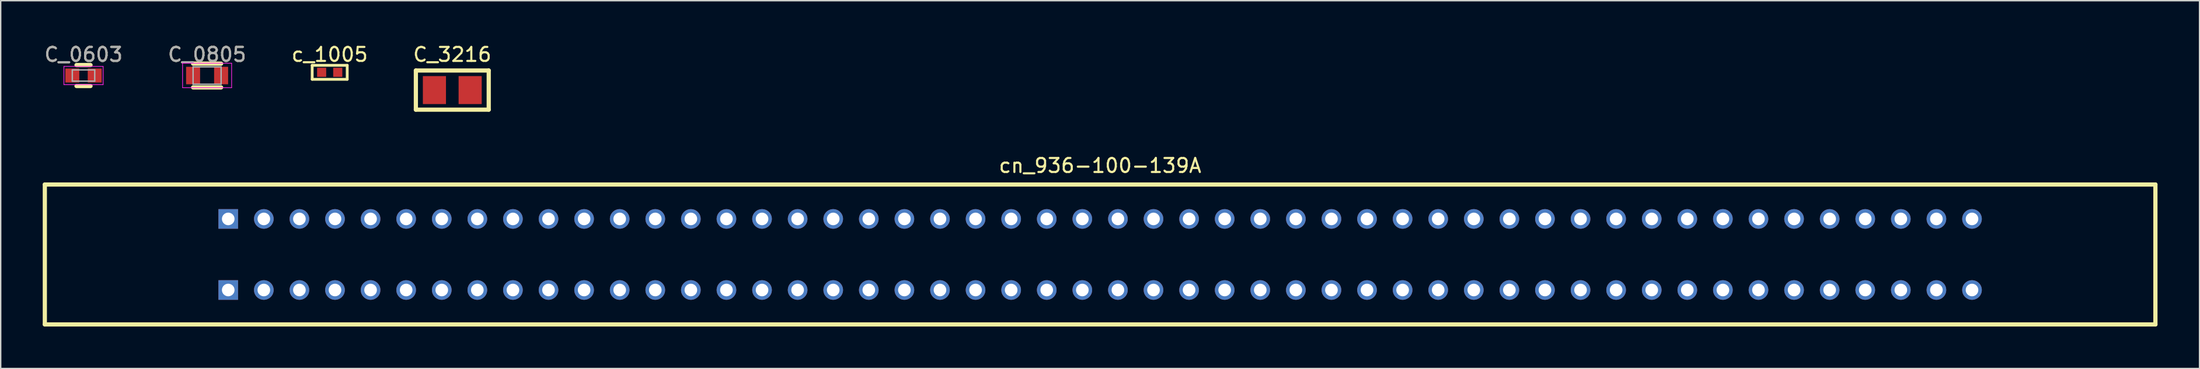
<source format=kicad_pcb>
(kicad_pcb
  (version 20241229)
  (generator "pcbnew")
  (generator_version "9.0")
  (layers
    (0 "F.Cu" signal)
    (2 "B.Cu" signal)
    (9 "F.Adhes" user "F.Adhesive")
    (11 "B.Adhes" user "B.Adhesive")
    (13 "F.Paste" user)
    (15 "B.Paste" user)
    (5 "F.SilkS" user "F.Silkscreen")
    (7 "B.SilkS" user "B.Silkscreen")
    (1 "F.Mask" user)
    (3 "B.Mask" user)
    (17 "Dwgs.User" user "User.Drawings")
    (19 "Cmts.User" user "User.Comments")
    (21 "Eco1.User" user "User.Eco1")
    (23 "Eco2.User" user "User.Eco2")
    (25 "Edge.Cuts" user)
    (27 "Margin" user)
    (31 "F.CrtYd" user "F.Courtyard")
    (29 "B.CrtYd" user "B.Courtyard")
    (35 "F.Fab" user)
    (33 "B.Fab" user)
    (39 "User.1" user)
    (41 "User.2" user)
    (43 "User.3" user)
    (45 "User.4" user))
  (footprint "C_3216"
    (layer "F.Cu")
    (at 29.232 3.388)
    (property "Reference" "C_3216" (at 0 -2.54 0) (layer "F.SilkS") (effects (font (size 1 1) (thickness 0.15))))
    (attr through_hole)
    (fp_line (start -2.6 -1.4) (end -2.6 1.4) (stroke (width 0.3) (type solid)) (layer "F.SilkS"))
    (fp_line (start -2.6 1.4) (end 2.6 1.4) (stroke (width 0.3) (type solid)) (layer "F.SilkS"))
    (fp_line (start 2.6 -1.4) (end -2.6 -1.4) (stroke (width 0.3) (type solid)) (layer "F.SilkS"))
    (fp_line (start 2.6 1.4) (end 2.6 -1.4) (stroke (width 0.3) (type solid)) (layer "F.SilkS"))
    (pad "1" smd rect (at -1.275 0) (size 1.65 2) (layers "F.Cu" "F.Mask" "F.Paste"))
    (pad "2" smd rect (at 1.275 0) (size 1.65 2) (layers "F.Cu" "F.Mask" "F.Paste")))
  (footprint "C_0805"
    (layer "F.Cu")
    (at 11.732 2.348)
    (property "Reference" "C_0805" (at 0 -1.5 0) (layer "F.SilkS") (effects (font (size 1 1) (thickness 0.15))))
    (attr smd)
    (fp_line (start -1 0.85) (end 1 0.85) (stroke (width 0.3) (type solid)) (layer "F.SilkS"))
    (fp_line (start 1 -0.85) (end -1 -0.85) (stroke (width 0.3) (type solid)) (layer "F.SilkS"))
    (fp_line (start -1.75 -0.88) (end -1.75 0.87) (stroke (width 0.05) (type solid)) (layer "F.CrtYd"))
    (fp_line (start -1.75 -0.88) (end 1.75 -0.88) (stroke (width 0.05) (type solid)) (layer "F.CrtYd"))
    (fp_line (start 1.75 0.87) (end -1.75 0.87) (stroke (width 0.05) (type solid)) (layer "F.CrtYd"))
    (fp_line (start 1.75 0.87) (end 1.75 -0.88) (stroke (width 0.05) (type solid)) (layer "F.CrtYd"))
    (fp_line (start -1 -0.62) (end 1 -0.62) (stroke (width 0.1) (type solid)) (layer "F.Fab"))
    (fp_line (start -1 0.62) (end -1 -0.62) (stroke (width 0.1) (type solid)) (layer "F.Fab"))
    (fp_line (start 1 -0.62) (end 1 0.62) (stroke (width 0.1) (type solid)) (layer "F.Fab"))
    (fp_line (start 1 0.62) (end -1 0.62) (stroke (width 0.1) (type solid)) (layer "F.Fab"))
    (fp_text user "${REFERENCE}" (at 0 -1.5 0) (layer "F.Fab") (effects (font (size 1 1) (thickness 0.15))))
    (pad "1" smd rect (at -1 0) (size 1 1.25) (layers "F.Cu" "F.Mask" "F.Paste"))
    (pad "2" smd rect (at 1 0) (size 1 1.25) (layers "F.Cu" "F.Mask" "F.Paste")))
  (footprint "c_1005"
    (layer "F.Cu")
    (at 20.482 2.118)
    (property "Reference" "c_1005" (at 0 -1.27 0) (layer "F.SilkS") (effects (font (size 1 1) (thickness 0.15))))
    (attr through_hole)
    (fp_line (start -1.25 -0.5) (end -1.25 0.5) (stroke (width 0.2) (type solid)) (layer "F.SilkS"))
    (fp_line (start -1.25 0.5) (end 1.25 0.5) (stroke (width 0.2) (type solid)) (layer "F.SilkS"))
    (fp_line (start 1.25 -0.5) (end -1.25 -0.5) (stroke (width 0.2) (type solid)) (layer "F.SilkS"))
    (fp_line (start 1.25 0.5) (end 1.25 -0.5) (stroke (width 0.2) (type solid)) (layer "F.SilkS"))
    (pad "1" smd rect (at -0.575 0) (size 0.65 0.65) (layers "F.Cu" "F.Mask" "F.Paste"))
    (pad "2" smd rect (at 0.575 0) (size 0.65 0.65) (layers "F.Cu" "F.Mask" "F.Paste")))
  (footprint "cn_936-100-139A"
    (layer "F.Cu")
    (at 75.47 15.136)
    (property "Reference" "cn_936-100-139A" (at 0 -6.35 0) (layer "F.SilkS") (effects (font (size 1 1) (thickness 0.15))))
    (attr through_hole)
    (fp_line (start -75.32 -5) (end -75.32 5) (stroke (width 0.3) (type solid)) (layer "F.SilkS"))
    (fp_line (start -75.32 -5) (end 75.32 -5) (stroke (width 0.3) (type solid)) (layer "F.SilkS"))
    (fp_line (start -75.32 5) (end 75.32 5) (stroke (width 0.3) (type solid)) (layer "F.SilkS"))
    (fp_line (start 75.32 5) (end 75.32 -5) (stroke (width 0.3) (type solid)) (layer "F.SilkS"))
    (pad "A1" thru_hole rect (at -62.23 2.54) (size 1.4 1.4) (drill 0.9) (layers "*.Cu" "*.Mask"))
    (pad "A2" thru_hole circle (at -59.69 2.54) (size 1.4 1.4) (drill 0.9) (layers "*.Cu" "*.Mask"))
    (pad "A3" thru_hole circle (at -57.15 2.54) (size 1.4 1.4) (drill 0.9) (layers "*.Cu" "*.Mask"))
    (pad "A4" thru_hole circle (at -54.61 2.54) (size 1.4 1.4) (drill 0.9) (layers "*.Cu" "*.Mask"))
    (pad "A5" thru_hole circle (at -52.07 2.54) (size 1.4 1.4) (drill 0.9) (layers "*.Cu" "*.Mask"))
    (pad "A6" thru_hole circle (at -49.53 2.54) (size 1.4 1.4) (drill 0.9) (layers "*.Cu" "*.Mask"))
    (pad "A7" thru_hole circle (at -46.99 2.54) (size 1.4 1.4) (drill 0.9) (layers "*.Cu" "*.Mask"))
    (pad "A8" thru_hole circle (at -44.45 2.54) (size 1.4 1.4) (drill 0.9) (layers "*.Cu" "*.Mask"))
    (pad "A9" thru_hole circle (at -41.91 2.54) (size 1.4 1.4) (drill 0.9) (layers "*.Cu" "*.Mask"))
    (pad "A10" thru_hole circle (at -39.37 2.54) (size 1.4 1.4) (drill 0.9) (layers "*.Cu" "*.Mask"))
    (pad "A11" thru_hole circle (at -36.83 2.54) (size 1.4 1.4) (drill 0.9) (layers "*.Cu" "*.Mask"))
    (pad "A12" thru_hole circle (at -34.29 2.54) (size 1.4 1.4) (drill 0.9) (layers "*.Cu" "*.Mask"))
    (pad "A13" thru_hole circle (at -31.75 2.54) (size 1.4 1.4) (drill 0.9) (layers "*.Cu" "*.Mask"))
    (pad "A14" thru_hole circle (at -29.21 2.54) (size 1.4 1.4) (drill 0.9) (layers "*.Cu" "*.Mask"))
    (pad "A15" thru_hole circle (at -26.67 2.54) (size 1.4 1.4) (drill 0.9) (layers "*.Cu" "*.Mask"))
    (pad "A16" thru_hole circle (at -24.13 2.54) (size 1.4 1.4) (drill 0.9) (layers "*.Cu" "*.Mask"))
    (pad "A17" thru_hole circle (at -21.59 2.54) (size 1.4 1.4) (drill 0.9) (layers "*.Cu" "*.Mask"))
    (pad "A18" thru_hole circle (at -19.05 2.54) (size 1.4 1.4) (drill 0.9) (layers "*.Cu" "*.Mask"))
    (pad "A19" thru_hole circle (at -16.51 2.54) (size 1.4 1.4) (drill 0.9) (layers "*.Cu" "*.Mask"))
    (pad "A20" thru_hole circle (at -13.97 2.54) (size 1.4 1.4) (drill 0.9) (layers "*.Cu" "*.Mask"))
    (pad "A21" thru_hole circle (at -11.43 2.54) (size 1.4 1.4) (drill 0.9) (layers "*.Cu" "*.Mask"))
    (pad "A22" thru_hole circle (at -8.89 2.54) (size 1.4 1.4) (drill 0.9) (layers "*.Cu" "*.Mask"))
    (pad "A23" thru_hole circle (at -6.35 2.54) (size 1.4 1.4) (drill 0.9) (layers "*.Cu" "*.Mask"))
    (pad "A24" thru_hole circle (at -3.81 2.54) (size 1.4 1.4) (drill 0.9) (layers "*.Cu" "*.Mask"))
    (pad "A25" thru_hole circle (at -1.27 2.54) (size 1.4 1.4) (drill 0.9) (layers "*.Cu" "*.Mask"))
    (pad "A26" thru_hole circle (at 1.27 2.54) (size 1.4 1.4) (drill 0.9) (layers "*.Cu" "*.Mask"))
    (pad "A27" thru_hole circle (at 3.81 2.54) (size 1.4 1.4) (drill 0.9) (layers "*.Cu" "*.Mask"))
    (pad "A28" thru_hole circle (at 6.35 2.54) (size 1.4 1.4) (drill 0.9) (layers "*.Cu" "*.Mask"))
    (pad "A29" thru_hole circle (at 8.89 2.54) (size 1.4 1.4) (drill 0.9) (layers "*.Cu" "*.Mask"))
    (pad "A30" thru_hole circle (at 11.43 2.54) (size 1.4 1.4) (drill 0.9) (layers "*.Cu" "*.Mask"))
    (pad "A31" thru_hole circle (at 13.97 2.54) (size 1.4 1.4) (drill 0.9) (layers "*.Cu" "*.Mask"))
    (pad "A32" thru_hole circle (at 16.51 2.54) (size 1.4 1.4) (drill 0.9) (layers "*.Cu" "*.Mask"))
    (pad "A33" thru_hole circle (at 19.05 2.54) (size 1.4 1.4) (drill 0.9) (layers "*.Cu" "*.Mask"))
    (pad "A34" thru_hole circle (at 21.59 2.54) (size 1.4 1.4) (drill 0.9) (layers "*.Cu" "*.Mask"))
    (pad "A35" thru_hole circle (at 24.13 2.54) (size 1.4 1.4) (drill 0.9) (layers "*.Cu" "*.Mask"))
    (pad "A36" thru_hole circle (at 26.67 2.54) (size 1.4 1.4) (drill 0.9) (layers "*.Cu" "*.Mask"))
    (pad "A37" thru_hole circle (at 29.21 2.54) (size 1.4 1.4) (drill 0.9) (layers "*.Cu" "*.Mask"))
    (pad "A38" thru_hole circle (at 31.75 2.54) (size 1.4 1.4) (drill 0.9) (layers "*.Cu" "*.Mask"))
    (pad "A39" thru_hole circle (at 34.29 2.54) (size 1.4 1.4) (drill 0.9) (layers "*.Cu" "*.Mask"))
    (pad "A40" thru_hole circle (at 36.83 2.54) (size 1.4 1.4) (drill 0.9) (layers "*.Cu" "*.Mask"))
    (pad "A41" thru_hole circle (at 39.37 2.54) (size 1.4 1.4) (drill 0.9) (layers "*.Cu" "*.Mask"))
    (pad "A42" thru_hole circle (at 41.91 2.54) (size 1.4 1.4) (drill 0.9) (layers "*.Cu" "*.Mask"))
    (pad "A43" thru_hole circle (at 44.45 2.54) (size 1.4 1.4) (drill 0.9) (layers "*.Cu" "*.Mask"))
    (pad "A44" thru_hole circle (at 46.99 2.54) (size 1.4 1.4) (drill 0.9) (layers "*.Cu" "*.Mask"))
    (pad "A45" thru_hole circle (at 49.53 2.54) (size 1.4 1.4) (drill 0.9) (layers "*.Cu" "*.Mask"))
    (pad "A46" thru_hole circle (at 52.07 2.54) (size 1.4 1.4) (drill 0.9) (layers "*.Cu" "*.Mask"))
    (pad "A47" thru_hole circle (at 54.61 2.54) (size 1.4 1.4) (drill 0.9) (layers "*.Cu" "*.Mask"))
    (pad "A48" thru_hole circle (at 57.15 2.54) (size 1.4 1.4) (drill 0.9) (layers "*.Cu" "*.Mask"))
    (pad "A49" thru_hole circle (at 59.69 2.54) (size 1.4 1.4) (drill 0.9) (layers "*.Cu" "*.Mask"))
    (pad "A50" thru_hole circle (at 62.23 2.54) (size 1.4 1.4) (drill 0.9) (layers "*.Cu" "*.Mask"))
    (pad "B1" thru_hole rect (at -62.23 -2.54) (size 1.4 1.4) (drill 0.9) (layers "*.Cu" "*.Mask"))
    (pad "B2" thru_hole circle (at -59.69 -2.54) (size 1.4 1.4) (drill 0.9) (layers "*.Cu" "*.Mask"))
    (pad "B3" thru_hole circle (at -57.15 -2.54) (size 1.4 1.4) (drill 0.9) (layers "*.Cu" "*.Mask"))
    (pad "B4" thru_hole circle (at -54.61 -2.54) (size 1.4 1.4) (drill 0.9) (layers "*.Cu" "*.Mask"))
    (pad "B5" thru_hole circle (at -52.07 -2.54) (size 1.4 1.4) (drill 0.9) (layers "*.Cu" "*.Mask"))
    (pad "B6" thru_hole circle (at -49.53 -2.54) (size 1.4 1.4) (drill 0.9) (layers "*.Cu" "*.Mask"))
    (pad "B7" thru_hole circle (at -46.99 -2.54) (size 1.4 1.4) (drill 0.9) (layers "*.Cu" "*.Mask"))
    (pad "B8" thru_hole circle (at -44.45 -2.54) (size 1.4 1.4) (drill 0.9) (layers "*.Cu" "*.Mask"))
    (pad "B9" thru_hole circle (at -41.91 -2.54) (size 1.4 1.4) (drill 0.9) (layers "*.Cu" "*.Mask"))
    (pad "B10" thru_hole circle (at -39.37 -2.54) (size 1.4 1.4) (drill 0.9) (layers "*.Cu" "*.Mask"))
    (pad "B11" thru_hole circle (at -36.83 -2.54) (size 1.4 1.4) (drill 0.9) (layers "*.Cu" "*.Mask"))
    (pad "B12" thru_hole circle (at -34.29 -2.54) (size 1.4 1.4) (drill 0.9) (layers "*.Cu" "*.Mask"))
    (pad "B13" thru_hole circle (at -31.75 -2.54) (size 1.4 1.4) (drill 0.9) (layers "*.Cu" "*.Mask"))
    (pad "B14" thru_hole circle (at -29.21 -2.54) (size 1.4 1.4) (drill 0.9) (layers "*.Cu" "*.Mask"))
    (pad "B15" thru_hole circle (at -26.67 -2.54) (size 1.4 1.4) (drill 0.9) (layers "*.Cu" "*.Mask"))
    (pad "B16" thru_hole circle (at -24.13 -2.54) (size 1.4 1.4) (drill 0.9) (layers "*.Cu" "*.Mask"))
    (pad "B17" thru_hole circle (at -21.59 -2.54) (size 1.4 1.4) (drill 0.9) (layers "*.Cu" "*.Mask"))
    (pad "B18" thru_hole circle (at -19.05 -2.54) (size 1.4 1.4) (drill 0.9) (layers "*.Cu" "*.Mask"))
    (pad "B19" thru_hole circle (at -16.51 -2.54) (size 1.4 1.4) (drill 0.9) (layers "*.Cu" "*.Mask"))
    (pad "B20" thru_hole circle (at -13.97 -2.54) (size 1.4 1.4) (drill 0.9) (layers "*.Cu" "*.Mask"))
    (pad "B21" thru_hole circle (at -11.43 -2.54) (size 1.4 1.4) (drill 0.9) (layers "*.Cu" "*.Mask"))
    (pad "B22" thru_hole circle (at -8.89 -2.54) (size 1.4 1.4) (drill 0.9) (layers "*.Cu" "*.Mask"))
    (pad "B23" thru_hole circle (at -6.35 -2.54) (size 1.4 1.4) (drill 0.9) (layers "*.Cu" "*.Mask"))
    (pad "B24" thru_hole circle (at -3.81 -2.54) (size 1.4 1.4) (drill 0.9) (layers "*.Cu" "*.Mask"))
    (pad "B25" thru_hole circle (at -1.27 -2.54) (size 1.4 1.4) (drill 0.9) (layers "*.Cu" "*.Mask"))
    (pad "B26" thru_hole circle (at 1.27 -2.54) (size 1.4 1.4) (drill 0.9) (layers "*.Cu" "*.Mask"))
    (pad "B27" thru_hole circle (at 3.81 -2.54) (size 1.4 1.4) (drill 0.9) (layers "*.Cu" "*.Mask"))
    (pad "B28" thru_hole circle (at 6.35 -2.54) (size 1.4 1.4) (drill 0.9) (layers "*.Cu" "*.Mask"))
    (pad "B29" thru_hole circle (at 8.89 -2.54) (size 1.4 1.4) (drill 0.9) (layers "*.Cu" "*.Mask"))
    (pad "B30" thru_hole circle (at 11.43 -2.54) (size 1.4 1.4) (drill 0.9) (layers "*.Cu" "*.Mask"))
    (pad "B31" thru_hole circle (at 13.97 -2.54) (size 1.4 1.4) (drill 0.9) (layers "*.Cu" "*.Mask"))
    (pad "B32" thru_hole circle (at 16.51 -2.54) (size 1.4 1.4) (drill 0.9) (layers "*.Cu" "*.Mask"))
    (pad "B33" thru_hole circle (at 19.05 -2.54) (size 1.4 1.4) (drill 0.9) (layers "*.Cu" "*.Mask"))
    (pad "B34" thru_hole circle (at 21.59 -2.54) (size 1.4 1.4) (drill 0.9) (layers "*.Cu" "*.Mask"))
    (pad "B35" thru_hole circle (at 24.13 -2.54) (size 1.4 1.4) (drill 0.9) (layers "*.Cu" "*.Mask"))
    (pad "B36" thru_hole circle (at 26.67 -2.54) (size 1.4 1.4) (drill 0.9) (layers "*.Cu" "*.Mask"))
    (pad "B37" thru_hole circle (at 29.21 -2.54) (size 1.4 1.4) (drill 0.9) (layers "*.Cu" "*.Mask"))
    (pad "B38" thru_hole circle (at 31.75 -2.54) (size 1.4 1.4) (drill 0.9) (layers "*.Cu" "*.Mask"))
    (pad "B39" thru_hole circle (at 34.29 -2.54) (size 1.4 1.4) (drill 0.9) (layers "*.Cu" "*.Mask"))
    (pad "B40" thru_hole circle (at 36.83 -2.54) (size 1.4 1.4) (drill 0.9) (layers "*.Cu" "*.Mask"))
    (pad "B41" thru_hole circle (at 39.37 -2.54) (size 1.4 1.4) (drill 0.9) (layers "*.Cu" "*.Mask"))
    (pad "B42" thru_hole circle (at 41.91 -2.54) (size 1.4 1.4) (drill 0.9) (layers "*.Cu" "*.Mask"))
    (pad "B43" thru_hole circle (at 44.45 -2.54) (size 1.4 1.4) (drill 0.9) (layers "*.Cu" "*.Mask"))
    (pad "B44" thru_hole circle (at 46.99 -2.54) (size 1.4 1.4) (drill 0.9) (layers "*.Cu" "*.Mask"))
    (pad "B45" thru_hole circle (at 49.53 -2.54) (size 1.4 1.4) (drill 0.9) (layers "*.Cu" "*.Mask"))
    (pad "B46" thru_hole circle (at 52.07 -2.54) (size 1.4 1.4) (drill 0.9) (layers "*.Cu" "*.Mask"))
    (pad "B47" thru_hole circle (at 54.61 -2.54) (size 1.4 1.4) (drill 0.9) (layers "*.Cu" "*.Mask"))
    (pad "B48" thru_hole circle (at 57.15 -2.54) (size 1.4 1.4) (drill 0.9) (layers "*.Cu" "*.Mask"))
    (pad "B49" thru_hole circle (at 59.69 -2.54) (size 1.4 1.4) (drill 0.9) (layers "*.Cu" "*.Mask"))
    (pad "B50" thru_hole circle (at 62.23 -2.54) (size 1.4 1.4) (drill 0.9) (layers "*.Cu" "*.Mask")))
  (footprint "C_0603"
    (layer "F.Cu")
    (at 2.911 2.348)
    (property "Reference" "C_0603" (at 0 -1.5 0) (layer "F.SilkS") (effects (font (size 1 1) (thickness 0.15))))
    (attr smd)
    (fp_line (start -0.5 -0.75) (end 0.5 -0.75) (stroke (width 0.3) (type solid)) (layer "F.SilkS"))
    (fp_line (start 0.5 0.75) (end -0.5 0.75) (stroke (width 0.3) (type solid)) (layer "F.SilkS"))
    (fp_line (start -1.4 -0.65) (end -1.4 0.65) (stroke (width 0.05) (type solid)) (layer "F.CrtYd"))
    (fp_line (start -1.4 -0.65) (end 1.4 -0.65) (stroke (width 0.05) (type solid)) (layer "F.CrtYd"))
    (fp_line (start 1.4 0.65) (end -1.4 0.65) (stroke (width 0.05) (type solid)) (layer "F.CrtYd"))
    (fp_line (start 1.4 0.65) (end 1.4 -0.65) (stroke (width 0.05) (type solid)) (layer "F.CrtYd"))
    (fp_line (start -0.8 -0.4) (end 0.8 -0.4) (stroke (width 0.1) (type solid)) (layer "F.Fab"))
    (fp_line (start -0.8 0.4) (end -0.8 -0.4) (stroke (width 0.1) (type solid)) (layer "F.Fab"))
    (fp_line (start 0.8 -0.4) (end 0.8 0.4) (stroke (width 0.1) (type solid)) (layer "F.Fab"))
    (fp_line (start 0.8 0.4) (end -0.8 0.4) (stroke (width 0.1) (type solid)) (layer "F.Fab"))
    (fp_text user "${REFERENCE}" (at 0 -1.5 0) (layer "F.Fab") (effects (font (size 1 1) (thickness 0.15))))
    (pad "1" smd rect (at -0.8 0) (size 1 1) (layers "F.Cu" "F.Mask" "F.Paste"))
    (pad "2" smd rect (at 0.8 0) (size 1 1) (layers "F.Cu" "F.Mask" "F.Paste")))
  (gr_rect
    (start -3 -3)
    (end 153.94 23.287)
    (stroke (width 0.1) (type default))
    (fill no)
    (layer "Edge.Cuts")))
</source>
